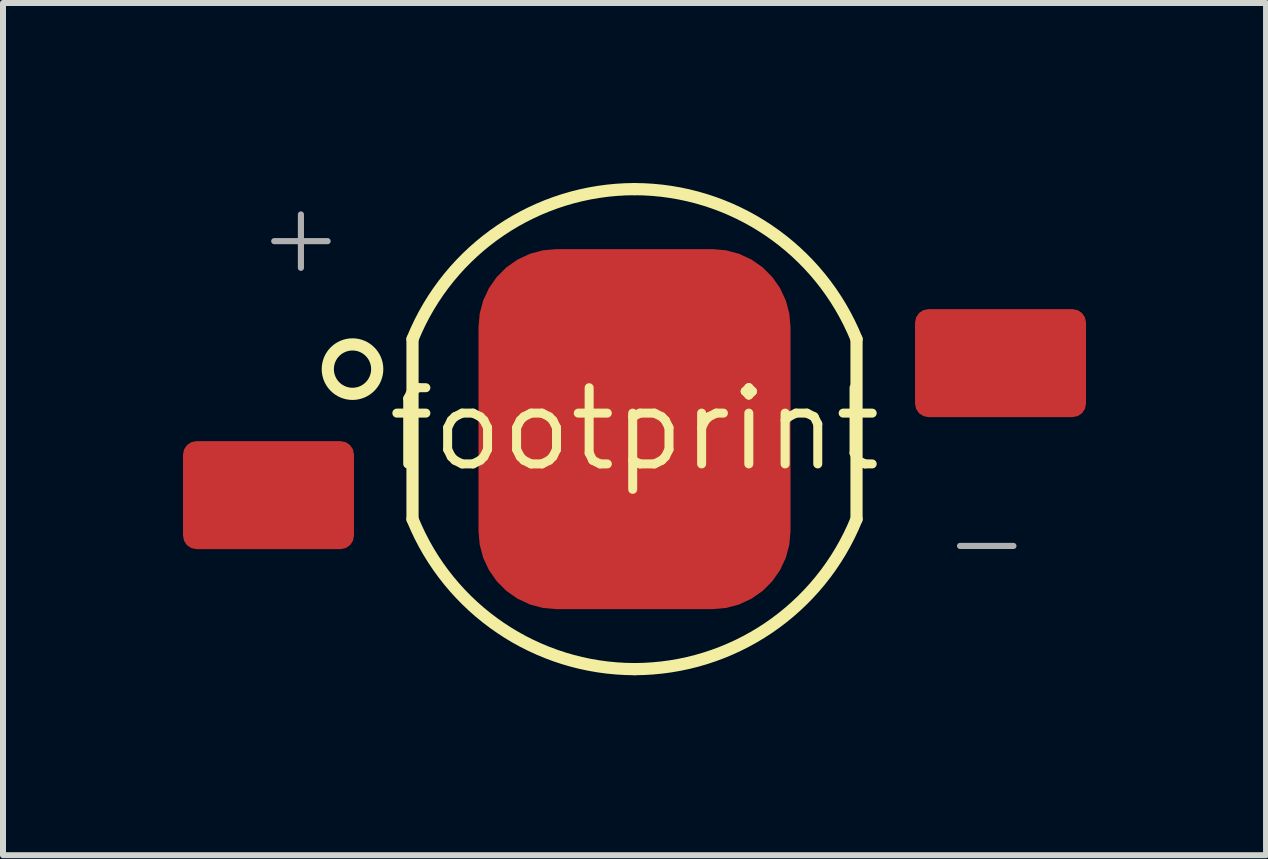
<source format=kicad_pcb>
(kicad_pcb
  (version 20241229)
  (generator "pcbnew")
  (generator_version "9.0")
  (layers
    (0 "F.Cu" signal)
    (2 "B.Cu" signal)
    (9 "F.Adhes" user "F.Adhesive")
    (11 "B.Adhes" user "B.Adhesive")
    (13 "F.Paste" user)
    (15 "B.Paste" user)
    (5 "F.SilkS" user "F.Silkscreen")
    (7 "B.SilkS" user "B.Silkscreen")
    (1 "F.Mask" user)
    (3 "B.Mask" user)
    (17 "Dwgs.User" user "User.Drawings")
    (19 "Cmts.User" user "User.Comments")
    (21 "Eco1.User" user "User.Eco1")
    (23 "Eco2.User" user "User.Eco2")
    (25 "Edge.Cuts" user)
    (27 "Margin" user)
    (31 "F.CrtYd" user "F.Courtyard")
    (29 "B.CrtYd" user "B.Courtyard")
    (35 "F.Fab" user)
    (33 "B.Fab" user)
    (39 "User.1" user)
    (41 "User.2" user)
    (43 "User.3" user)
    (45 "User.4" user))
  (footprint "footprint"
    (layer "F.Cu")
    (at 7.525 4.102)
    (property "Reference" "footprint" (at 0 0 0) (layer "F.SilkS") (effects (font (size 1.27 1.27) (thickness 0.15))))
    (fp_line (start -3.7 -1.5) (end -3.7 1.5) (stroke (width 0.203) (type solid)) (layer "F.SilkS"))
    (fp_line (start 3.7 -1.5) (end 3.7 1.5) (stroke (width 0.203) (type solid)) (layer "F.SilkS"))
    (fp_arc (start -3.7 -1.5) (mid -2.231338 -3.31438) (end 0 -4) (stroke (width 0.2032) (type solid)) (layer "F.SilkS"))
    (fp_arc (start 0 -4) (mid 2.231338 -3.31438) (end 3.7 -1.5) (stroke (width 0.2032) (type solid)) (layer "F.SilkS"))
    (fp_arc (start 0 4) (mid -2.231326 3.314363) (end -3.7 1.5) (stroke (width 0.2032) (type solid)) (layer "F.SilkS"))
    (fp_arc (start 3.7 1.5) (mid 2.231326 3.314363) (end 0 4) (stroke (width 0.2032) (type solid)) (layer "F.SilkS"))
    (fp_circle (center -4.7 -1) (end -4.288 -1) (stroke (width 0.203) (type solid)) (fill no) (layer "F.SilkS"))
    (fp_text user "+" (at -6.35 -2.54 0) (layer "F.Fab") (effects (font (size 1.168 1.168) (thickness 0.102)) (justify left bottom)))
    (fp_text user "-" (at 5.08 2.54 0) (layer "F.Fab") (effects (font (size 1.168 1.168) (thickness 0.102)) (justify left bottom)))
    (pad "A" smd roundrect (at -6.1 1.1) (size 2.85 1.8) (layers "F.Cu" "F.Mask" "F.Paste") (roundrect_rratio 0.125))
    (pad "C" smd roundrect (at 6.1 -1.1) (size 2.85 1.8) (layers "F.Cu" "F.Mask" "F.Paste") (roundrect_rratio 0.125))
    (pad "S" smd roundrect (at 0 0) (size 5.2 6) (layers "F.Cu" "F.Mask" "F.Paste") (roundrect_rratio 0.25)))
  (gr_rect
    (start -3 -3)
    (end 18.05 11.203)
    (stroke (width 0.1) (type default))
    (fill no)
    (layer "Edge.Cuts")))
</source>
